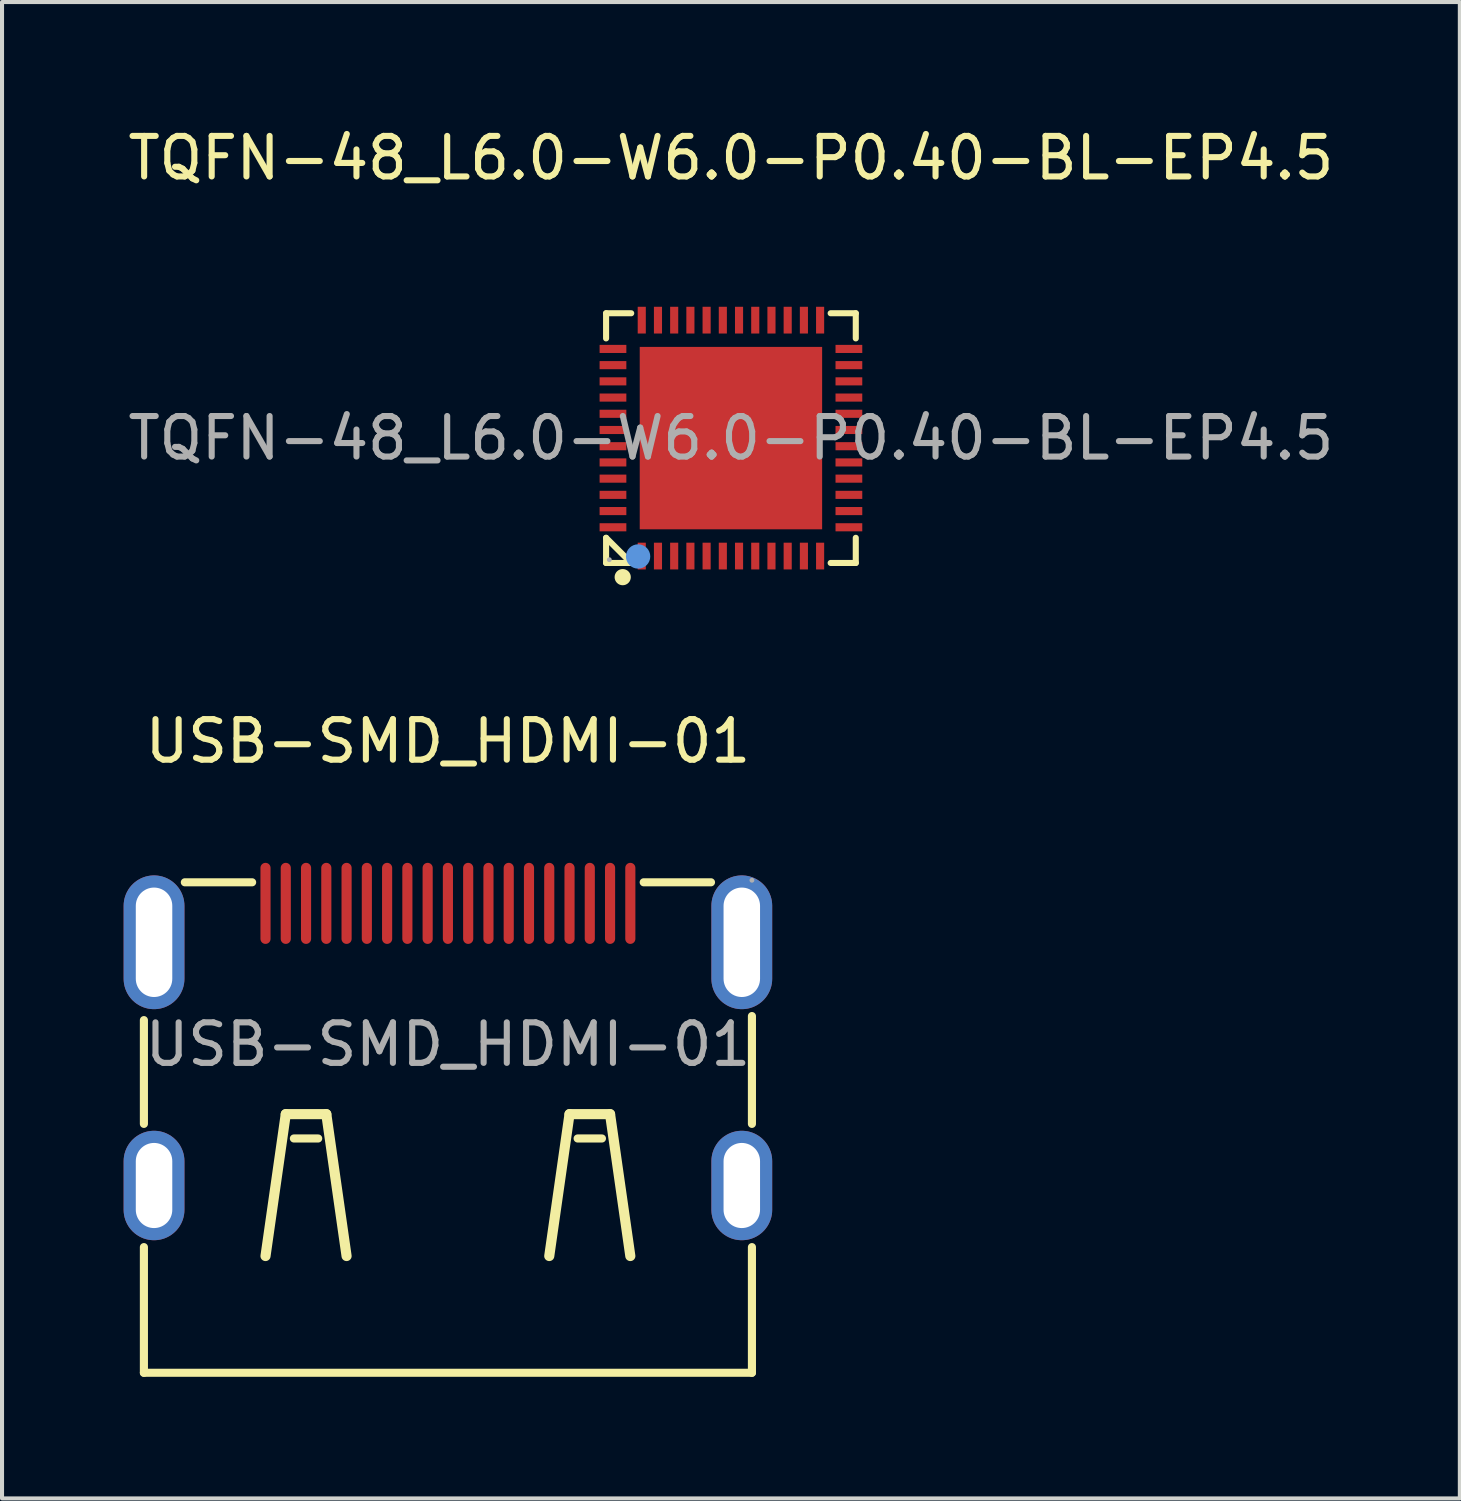
<source format=kicad_pcb>
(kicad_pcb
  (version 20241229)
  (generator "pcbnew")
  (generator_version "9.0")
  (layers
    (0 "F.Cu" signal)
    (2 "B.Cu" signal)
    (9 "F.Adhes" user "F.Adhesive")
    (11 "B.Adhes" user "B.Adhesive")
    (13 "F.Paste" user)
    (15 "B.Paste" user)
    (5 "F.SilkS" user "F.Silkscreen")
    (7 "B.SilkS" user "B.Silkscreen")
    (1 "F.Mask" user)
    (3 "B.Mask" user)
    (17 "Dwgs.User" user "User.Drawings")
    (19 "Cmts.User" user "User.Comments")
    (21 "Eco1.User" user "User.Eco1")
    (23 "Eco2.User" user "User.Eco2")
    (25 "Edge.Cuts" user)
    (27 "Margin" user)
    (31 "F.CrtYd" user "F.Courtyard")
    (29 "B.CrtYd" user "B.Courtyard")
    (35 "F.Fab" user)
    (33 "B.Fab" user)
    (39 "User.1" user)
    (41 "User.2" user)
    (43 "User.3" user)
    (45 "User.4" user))
  (footprint "TQFN-48_L6.0-W6.0-P0.40-BL-EP4.5"
    (layer "F.Cu")
    (at 14.982 7.758)
    (property "Reference" "TQFN-48_L6.0-W6.0-P0.40-BL-EP4.5" (at 0 -6.91 0) (layer "F.SilkS") (effects (font (size 1 1) (thickness 0.15))))
    (attr smd)
    (fp_line (start -3.08 -3.08) (end -3.08 -2.46) (stroke (width 0.15) (type solid)) (layer "F.SilkS"))
    (fp_line (start -3.08 3.08) (end -3.08 2.46) (stroke (width 0.15) (type solid)) (layer "F.SilkS"))
    (fp_line (start -2.46 -3.08) (end -3.08 -3.08) (stroke (width 0.15) (type solid)) (layer "F.SilkS"))
    (fp_line (start -2.46 3.08) (end -3.08 2.46) (stroke (width 0.15) (type solid)) (layer "F.SilkS"))
    (fp_line (start -2.46 3.08) (end -3.08 3.08) (stroke (width 0.15) (type solid)) (layer "F.SilkS"))
    (fp_line (start 2.46 -3.08) (end 3.08 -3.08) (stroke (width 0.15) (type solid)) (layer "F.SilkS"))
    (fp_line (start 2.46 3.08) (end 3.08 3.08) (stroke (width 0.15) (type solid)) (layer "F.SilkS"))
    (fp_line (start 3.08 -3.08) (end 3.08 -2.46) (stroke (width 0.15) (type solid)) (layer "F.SilkS"))
    (fp_line (start 3.08 3.08) (end 3.08 2.46) (stroke (width 0.15) (type solid)) (layer "F.SilkS"))
    (fp_circle (center -2.67 3.43) (end -2.57 3.43) (stroke (width 0.2) (type solid)) (fill no) (layer "F.SilkS"))
    (fp_circle (center -2.29 2.92) (end -2.14 2.92) (stroke (width 0.3) (type solid)) (fill no) (layer "Cmts.User"))
    (fp_circle (center -3 3) (end -2.97 3) (stroke (width 0.06) (type solid)) (fill no) (layer "F.Fab"))
    (fp_text user "${REFERENCE}" (at 0 0 0) (layer "F.Fab") (effects (font (size 1 1) (thickness 0.15))))
    (pad "1" smd rect (at -2.2 2.91) (size 0.2 0.66) (layers "F.Cu" "F.Mask" "F.Paste"))
    (pad "2" smd rect (at -1.8 2.91) (size 0.2 0.66) (layers "F.Cu" "F.Mask" "F.Paste"))
    (pad "3" smd rect (at -1.4 2.91) (size 0.2 0.66) (layers "F.Cu" "F.Mask" "F.Paste"))
    (pad "4" smd rect (at -1 2.91) (size 0.2 0.66) (layers "F.Cu" "F.Mask" "F.Paste"))
    (pad "5" smd rect (at -0.6 2.91) (size 0.2 0.66) (layers "F.Cu" "F.Mask" "F.Paste"))
    (pad "6" smd rect (at -0.2 2.91) (size 0.2 0.66) (layers "F.Cu" "F.Mask" "F.Paste"))
    (pad "7" smd rect (at 0.2 2.91) (size 0.2 0.66) (layers "F.Cu" "F.Mask" "F.Paste"))
    (pad "8" smd rect (at 0.6 2.91) (size 0.2 0.66) (layers "F.Cu" "F.Mask" "F.Paste"))
    (pad "9" smd rect (at 1 2.91) (size 0.2 0.66) (layers "F.Cu" "F.Mask" "F.Paste"))
    (pad "10" smd rect (at 1.4 2.91) (size 0.2 0.66) (layers "F.Cu" "F.Mask" "F.Paste"))
    (pad "11" smd rect (at 1.8 2.91) (size 0.2 0.66) (layers "F.Cu" "F.Mask" "F.Paste"))
    (pad "12" smd rect (at 2.2 2.91) (size 0.2 0.66) (layers "F.Cu" "F.Mask" "F.Paste"))
    (pad "13" smd rect (at 2.91 2.2) (size 0.66 0.2) (layers "F.Cu" "F.Mask" "F.Paste"))
    (pad "14" smd rect (at 2.91 1.8) (size 0.66 0.2) (layers "F.Cu" "F.Mask" "F.Paste"))
    (pad "15" smd rect (at 2.91 1.4) (size 0.66 0.2) (layers "F.Cu" "F.Mask" "F.Paste"))
    (pad "16" smd rect (at 2.91 1) (size 0.66 0.2) (layers "F.Cu" "F.Mask" "F.Paste"))
    (pad "17" smd rect (at 2.91 0.6) (size 0.66 0.2) (layers "F.Cu" "F.Mask" "F.Paste"))
    (pad "18" smd rect (at 2.91 0.2) (size 0.66 0.2) (layers "F.Cu" "F.Mask" "F.Paste"))
    (pad "19" smd rect (at 2.91 -0.2) (size 0.66 0.2) (layers "F.Cu" "F.Mask" "F.Paste"))
    (pad "20" smd rect (at 2.91 -0.6) (size 0.66 0.2) (layers "F.Cu" "F.Mask" "F.Paste"))
    (pad "21" smd rect (at 2.91 -1) (size 0.66 0.2) (layers "F.Cu" "F.Mask" "F.Paste"))
    (pad "22" smd rect (at 2.91 -1.4) (size 0.66 0.2) (layers "F.Cu" "F.Mask" "F.Paste"))
    (pad "23" smd rect (at 2.91 -1.8) (size 0.66 0.2) (layers "F.Cu" "F.Mask" "F.Paste"))
    (pad "24" smd rect (at 2.91 -2.2) (size 0.66 0.2) (layers "F.Cu" "F.Mask" "F.Paste"))
    (pad "25" smd rect (at 2.2 -2.91) (size 0.2 0.66) (layers "F.Cu" "F.Mask" "F.Paste"))
    (pad "26" smd rect (at 1.8 -2.91) (size 0.2 0.66) (layers "F.Cu" "F.Mask" "F.Paste"))
    (pad "27" smd rect (at 1.4 -2.91) (size 0.2 0.66) (layers "F.Cu" "F.Mask" "F.Paste"))
    (pad "28" smd rect (at 1 -2.91) (size 0.2 0.66) (layers "F.Cu" "F.Mask" "F.Paste"))
    (pad "29" smd rect (at 0.6 -2.91) (size 0.2 0.66) (layers "F.Cu" "F.Mask" "F.Paste"))
    (pad "30" smd rect (at 0.2 -2.91) (size 0.2 0.66) (layers "F.Cu" "F.Mask" "F.Paste"))
    (pad "31" smd rect (at -0.2 -2.91) (size 0.2 0.66) (layers "F.Cu" "F.Mask" "F.Paste"))
    (pad "32" smd rect (at -0.6 -2.91) (size 0.2 0.66) (layers "F.Cu" "F.Mask" "F.Paste"))
    (pad "33" smd rect (at -1 -2.91) (size 0.2 0.66) (layers "F.Cu" "F.Mask" "F.Paste"))
    (pad "34" smd rect (at -1.4 -2.91) (size 0.2 0.66) (layers "F.Cu" "F.Mask" "F.Paste"))
    (pad "35" smd rect (at -1.8 -2.91) (size 0.2 0.66) (layers "F.Cu" "F.Mask" "F.Paste"))
    (pad "36" smd rect (at -2.2 -2.91) (size 0.2 0.66) (layers "F.Cu" "F.Mask" "F.Paste"))
    (pad "37" smd rect (at -2.91 -2.2) (size 0.66 0.2) (layers "F.Cu" "F.Mask" "F.Paste"))
    (pad "38" smd rect (at -2.91 -1.8) (size 0.66 0.2) (layers "F.Cu" "F.Mask" "F.Paste"))
    (pad "39" smd rect (at -2.91 -1.4) (size 0.66 0.2) (layers "F.Cu" "F.Mask" "F.Paste"))
    (pad "40" smd rect (at -2.91 -1) (size 0.66 0.2) (layers "F.Cu" "F.Mask" "F.Paste"))
    (pad "41" smd rect (at -2.91 -0.6) (size 0.66 0.2) (layers "F.Cu" "F.Mask" "F.Paste"))
    (pad "42" smd rect (at -2.91 -0.2) (size 0.66 0.2) (layers "F.Cu" "F.Mask" "F.Paste"))
    (pad "43" smd rect (at -2.91 0.2) (size 0.66 0.2) (layers "F.Cu" "F.Mask" "F.Paste"))
    (pad "44" smd rect (at -2.91 0.6) (size 0.66 0.2) (layers "F.Cu" "F.Mask" "F.Paste"))
    (pad "45" smd rect (at -2.91 1) (size 0.66 0.2) (layers "F.Cu" "F.Mask" "F.Paste"))
    (pad "46" smd rect (at -2.91 1.4) (size 0.66 0.2) (layers "F.Cu" "F.Mask" "F.Paste"))
    (pad "47" smd rect (at -2.91 1.8) (size 0.66 0.2) (layers "F.Cu" "F.Mask" "F.Paste"))
    (pad "48" smd rect (at -2.91 2.2) (size 0.66 0.2) (layers "F.Cu" "F.Mask" "F.Paste"))
    (pad "49" smd rect (at 0 0) (size 4.5 4.5) (layers "F.Cu" "F.Mask" "F.Paste")))
  (footprint "USB-SMD_HDMI-01"
    (layer "F.Cu")
    (at 8 22.716)
    (property "Reference" "USB-SMD_HDMI-01" (at 0 -7.48 0) (layer "F.SilkS") (effects (font (size 1 1) (thickness 0.15))))
    (attr through_hole)
    (fp_line (start -7.5 1.96) (end -7.5 -0.6) (stroke (width 0.2) (type solid)) (layer "F.SilkS"))
    (fp_line (start -7.5 8.1) (end -7.5 5) (stroke (width 0.2) (type solid)) (layer "F.SilkS"))
    (fp_line (start -6.49 -4) (end -4.83 -4) (stroke (width 0.2) (type solid)) (layer "F.SilkS"))
    (fp_line (start -4 1.72) (end -4.5 5.22) (stroke (width 0.25) (type solid)) (layer "F.SilkS"))
    (fp_line (start -3.2 2.32) (end -3.8 2.32) (stroke (width 0.2) (type solid)) (layer "F.SilkS"))
    (fp_line (start -3 1.72) (end -4 1.72) (stroke (width 0.25) (type solid)) (layer "F.SilkS"))
    (fp_line (start -2.5 5.22) (end -3 1.72) (stroke (width 0.25) (type solid)) (layer "F.SilkS"))
    (fp_line (start 2.5 5.22) (end 3 1.72) (stroke (width 0.25) (type solid)) (layer "F.SilkS"))
    (fp_line (start 3 1.72) (end 4 1.72) (stroke (width 0.25) (type solid)) (layer "F.SilkS"))
    (fp_line (start 3.2 2.32) (end 3.8 2.32) (stroke (width 0.2) (type solid)) (layer "F.SilkS"))
    (fp_line (start 4 1.72) (end 4.5 5.22) (stroke (width 0.25) (type solid)) (layer "F.SilkS"))
    (fp_line (start 4.83 -4) (end 6.49 -4) (stroke (width 0.2) (type solid)) (layer "F.SilkS"))
    (fp_line (start 7.5 -0.7) (end 7.5 1.96) (stroke (width 0.2) (type solid)) (layer "F.SilkS"))
    (fp_line (start 7.5 5) (end 7.5 8.1) (stroke (width 0.2) (type solid)) (layer "F.SilkS"))
    (fp_line (start 7.5 8.1) (end -7.5 8.1) (stroke (width 0.2) (type solid)) (layer "F.SilkS"))
    (fp_circle (center 7.5 -4.05) (end 7.53 -4.05) (stroke (width 0.06) (type solid)) (fill no) (layer "F.Fab"))
    (fp_text user "${REFERENCE}" (at 0 0 0) (layer "F.Fab") (effects (font (size 1 1) (thickness 0.15))))
    (pad "1" smd oval (at 4.5 -3.48) (size 0.25 2) (layers "F.Cu" "F.Mask" "F.Paste"))
    (pad "2" smd oval (at 4 -3.48) (size 0.25 2) (layers "F.Cu" "F.Mask" "F.Paste"))
    (pad "3" smd oval (at 3.5 -3.48) (size 0.25 2) (layers "F.Cu" "F.Mask" "F.Paste"))
    (pad "4" smd oval (at 3 -3.48) (size 0.25 2) (layers "F.Cu" "F.Mask" "F.Paste"))
    (pad "5" smd oval (at 2.5 -3.48) (size 0.25 2) (layers "F.Cu" "F.Mask" "F.Paste"))
    (pad "6" smd oval (at 2 -3.48) (size 0.25 2) (layers "F.Cu" "F.Mask" "F.Paste"))
    (pad "7" smd oval (at 1.5 -3.48) (size 0.25 2) (layers "F.Cu" "F.Mask" "F.Paste"))
    (pad "8" smd oval (at 1 -3.48) (size 0.25 2) (layers "F.Cu" "F.Mask" "F.Paste"))
    (pad "9" smd oval (at 0.5 -3.48) (size 0.25 2) (layers "F.Cu" "F.Mask" "F.Paste"))
    (pad "10" smd oval (at 0 -3.48) (size 0.25 2) (layers "F.Cu" "F.Mask" "F.Paste"))
    (pad "11" smd oval (at -0.5 -3.48) (size 0.25 2) (layers "F.Cu" "F.Mask" "F.Paste"))
    (pad "12" smd oval (at -1 -3.48) (size 0.25 2) (layers "F.Cu" "F.Mask" "F.Paste"))
    (pad "13" smd oval (at -1.5 -3.48) (size 0.25 2) (layers "F.Cu" "F.Mask" "F.Paste"))
    (pad "14" smd oval (at -2 -3.48) (size 0.25 2) (layers "F.Cu" "F.Mask" "F.Paste"))
    (pad "15" smd oval (at -2.5 -3.48) (size 0.25 2) (layers "F.Cu" "F.Mask" "F.Paste"))
    (pad "16" smd oval (at -3 -3.48) (size 0.25 2) (layers "F.Cu" "F.Mask" "F.Paste"))
    (pad "17" smd oval (at -3.5 -3.48) (size 0.25 2) (layers "F.Cu" "F.Mask" "F.Paste"))
    (pad "18" smd oval (at -4 -3.48) (size 0.25 2) (layers "F.Cu" "F.Mask" "F.Paste"))
    (pad "19" smd oval (at -4.5 -3.48) (size 0.25 2) (layers "F.Cu" "F.Mask" "F.Paste"))
    (pad "SH1" thru_hole oval (at 7.25 -2.52) (size 1.5 3.3) (drill oval 0.9 2.7) (layers "*.Cu" "*.Mask"))
    (pad "SH2" thru_hole oval (at -7.25 -2.52) (size 1.5 3.3) (drill oval 0.9 2.7) (layers "*.Cu" "*.Mask"))
    (pad "SH3" thru_hole oval (at -7.25 3.48) (size 1.5 2.7) (drill oval 0.9 2.1) (layers "*.Cu" "*.Mask"))
    (pad "SH4" thru_hole oval (at 7.25 3.48) (size 1.5 2.7) (drill oval 0.9 2.1) (layers "*.Cu" "*.Mask")))
  (gr_rect
    (start -3 -3)
    (end 32.964 33.916)
    (stroke (width 0.1) (type default))
    (fill no)
    (layer "Edge.Cuts")))
</source>
